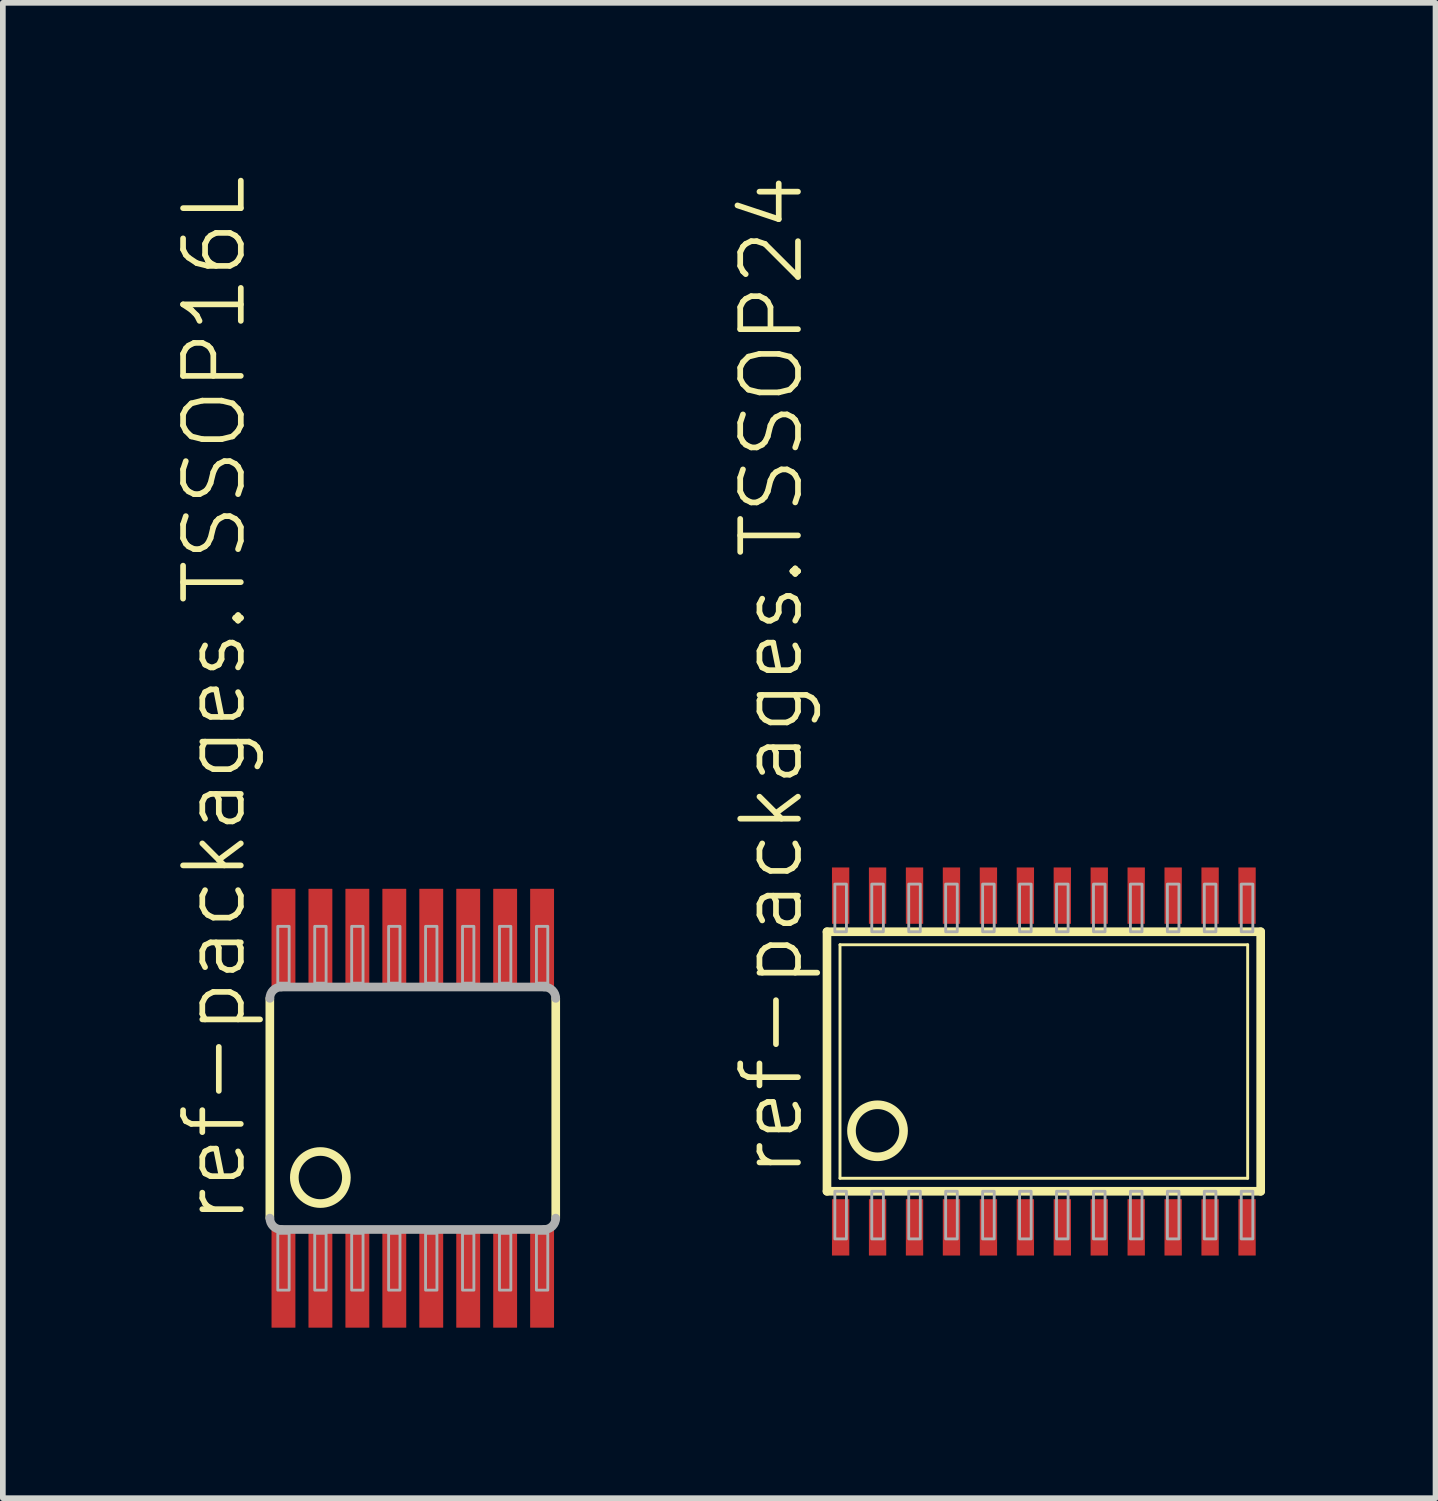
<source format=kicad_pcb>
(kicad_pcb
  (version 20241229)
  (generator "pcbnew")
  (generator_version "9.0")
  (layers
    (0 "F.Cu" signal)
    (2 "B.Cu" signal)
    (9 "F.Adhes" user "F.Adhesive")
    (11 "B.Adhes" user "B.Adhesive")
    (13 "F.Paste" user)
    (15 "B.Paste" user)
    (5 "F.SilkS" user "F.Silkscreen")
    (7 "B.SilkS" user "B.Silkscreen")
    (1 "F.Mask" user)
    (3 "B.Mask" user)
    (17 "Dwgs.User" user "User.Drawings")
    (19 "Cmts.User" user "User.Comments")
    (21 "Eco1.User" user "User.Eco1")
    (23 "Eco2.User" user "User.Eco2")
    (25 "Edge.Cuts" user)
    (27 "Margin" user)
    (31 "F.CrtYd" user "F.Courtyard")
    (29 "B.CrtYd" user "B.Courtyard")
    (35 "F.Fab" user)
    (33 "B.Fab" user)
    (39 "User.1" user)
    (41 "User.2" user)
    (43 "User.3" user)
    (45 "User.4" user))
  (footprint "ref-packages.TSSOP24"
    (layer "F.Cu")
    (at 15.314 15.625)
    (property "Reference" "ref-packages.TSSOP24" (at -4.196 2.083 90) (layer "F.SilkS") (effects (font (size 1.016 1.016) (thickness 0.1)) (justify left bottom)))
    (attr smd)
    (fp_line (start -3.815 2.283) (end -3.815 -2.283) (stroke (width 0.152) (type default)) (layer "F.SilkS"))
    (fp_line (start -3.815 2.283) (end 3.815 2.283) (stroke (width 0.152) (type default)) (layer "F.SilkS"))
    (fp_line (start -3.586 2.054) (end -3.586 -2.054) (stroke (width 0.051) (type default)) (layer "F.SilkS"))
    (fp_line (start -3.586 2.054) (end 3.586 2.054) (stroke (width 0.051) (type default)) (layer "F.SilkS"))
    (fp_line (start 3.586 -2.054) (end -3.586 -2.054) (stroke (width 0.051) (type default)) (layer "F.SilkS"))
    (fp_line (start 3.586 -2.054) (end 3.586 2.054) (stroke (width 0.051) (type default)) (layer "F.SilkS"))
    (fp_line (start 3.815 -2.283) (end -3.815 -2.283) (stroke (width 0.152) (type default)) (layer "F.SilkS"))
    (fp_line (start 3.815 -2.283) (end 3.815 2.283) (stroke (width 0.152) (type default)) (layer "F.SilkS"))
    (fp_circle (center -2.926 1.219) (end -2.468 1.219) (stroke (width 0.152) (type default)) (fill no) (layer "F.SilkS"))
    (fp_rect (start -3.677 -2.283) (end -3.473 -3.121) (stroke (width 0.05) (type default)) (fill no) (layer "F.Fab"))
    (fp_rect (start -3.677 3.121) (end -3.473 2.283) (stroke (width 0.05) (type default)) (fill no) (layer "F.Fab"))
    (fp_rect (start -3.027 -2.283) (end -2.823 -3.121) (stroke (width 0.05) (type default)) (fill no) (layer "F.Fab"))
    (fp_rect (start -3.027 3.121) (end -2.823 2.283) (stroke (width 0.05) (type default)) (fill no) (layer "F.Fab"))
    (fp_rect (start -2.377 -2.283) (end -2.173 -3.121) (stroke (width 0.05) (type default)) (fill no) (layer "F.Fab"))
    (fp_rect (start -2.377 3.121) (end -2.173 2.283) (stroke (width 0.05) (type default)) (fill no) (layer "F.Fab"))
    (fp_rect (start -1.727 -2.283) (end -1.523 -3.121) (stroke (width 0.05) (type default)) (fill no) (layer "F.Fab"))
    (fp_rect (start -1.727 3.121) (end -1.523 2.283) (stroke (width 0.05) (type default)) (fill no) (layer "F.Fab"))
    (fp_rect (start -1.077 -2.283) (end -0.873 -3.121) (stroke (width 0.05) (type default)) (fill no) (layer "F.Fab"))
    (fp_rect (start -1.077 3.121) (end -0.873 2.283) (stroke (width 0.05) (type default)) (fill no) (layer "F.Fab"))
    (fp_rect (start -0.427 -2.283) (end -0.223 -3.121) (stroke (width 0.05) (type default)) (fill no) (layer "F.Fab"))
    (fp_rect (start -0.427 3.121) (end -0.223 2.283) (stroke (width 0.05) (type default)) (fill no) (layer "F.Fab"))
    (fp_rect (start 0.223 -2.283) (end 0.427 -3.121) (stroke (width 0.05) (type default)) (fill no) (layer "F.Fab"))
    (fp_rect (start 0.223 3.121) (end 0.427 2.283) (stroke (width 0.05) (type default)) (fill no) (layer "F.Fab"))
    (fp_rect (start 0.873 -2.283) (end 1.077 -3.121) (stroke (width 0.05) (type default)) (fill no) (layer "F.Fab"))
    (fp_rect (start 0.873 3.121) (end 1.077 2.283) (stroke (width 0.05) (type default)) (fill no) (layer "F.Fab"))
    (fp_rect (start 1.523 -2.283) (end 1.727 -3.121) (stroke (width 0.05) (type default)) (fill no) (layer "F.Fab"))
    (fp_rect (start 1.523 3.121) (end 1.727 2.283) (stroke (width 0.05) (type default)) (fill no) (layer "F.Fab"))
    (fp_rect (start 2.173 -2.283) (end 2.377 -3.121) (stroke (width 0.05) (type default)) (fill no) (layer "F.Fab"))
    (fp_rect (start 2.173 3.121) (end 2.377 2.283) (stroke (width 0.05) (type default)) (fill no) (layer "F.Fab"))
    (fp_rect (start 2.823 -2.283) (end 3.027 -3.121) (stroke (width 0.05) (type default)) (fill no) (layer "F.Fab"))
    (fp_rect (start 2.823 3.121) (end 3.027 2.283) (stroke (width 0.05) (type default)) (fill no) (layer "F.Fab"))
    (fp_rect (start 3.473 -2.283) (end 3.677 -3.121) (stroke (width 0.05) (type default)) (fill no) (layer "F.Fab"))
    (fp_rect (start 3.473 3.121) (end 3.677 2.283) (stroke (width 0.05) (type default)) (fill no) (layer "F.Fab"))
    (pad "1" smd roundrect (at -3.575 2.918) (size 0.305 0.991) (layers "F.Cu" "F.Mask" "F.Paste") (roundrect_rratio 0.01))
    (pad "2" smd roundrect (at -2.925 2.918) (size 0.305 0.991) (layers "F.Cu" "F.Mask" "F.Paste") (roundrect_rratio 0.01))
    (pad "3" smd roundrect (at -2.275 2.918) (size 0.305 0.991) (layers "F.Cu" "F.Mask" "F.Paste") (roundrect_rratio 0.01))
    (pad "4" smd roundrect (at -1.625 2.918) (size 0.305 0.991) (layers "F.Cu" "F.Mask" "F.Paste") (roundrect_rratio 0.01))
    (pad "5" smd roundrect (at -0.975 2.918) (size 0.305 0.991) (layers "F.Cu" "F.Mask" "F.Paste") (roundrect_rratio 0.01))
    (pad "6" smd roundrect (at -0.325 2.918) (size 0.305 0.991) (layers "F.Cu" "F.Mask" "F.Paste") (roundrect_rratio 0.01))
    (pad "7" smd roundrect (at 0.325 2.918) (size 0.305 0.991) (layers "F.Cu" "F.Mask" "F.Paste") (roundrect_rratio 0.01))
    (pad "8" smd roundrect (at 0.975 2.918) (size 0.305 0.991) (layers "F.Cu" "F.Mask" "F.Paste") (roundrect_rratio 0.01))
    (pad "9" smd roundrect (at 1.625 2.918) (size 0.305 0.991) (layers "F.Cu" "F.Mask" "F.Paste") (roundrect_rratio 0.01))
    (pad "10" smd roundrect (at 2.275 2.918) (size 0.305 0.991) (layers "F.Cu" "F.Mask" "F.Paste") (roundrect_rratio 0.01))
    (pad "11" smd roundrect (at 2.925 2.918) (size 0.305 0.991) (layers "F.Cu" "F.Mask" "F.Paste") (roundrect_rratio 0.01))
    (pad "12" smd roundrect (at 3.575 2.918) (size 0.305 0.991) (layers "F.Cu" "F.Mask" "F.Paste") (roundrect_rratio 0.01))
    (pad "13" smd roundrect (at 3.575 -2.918) (size 0.305 0.991) (layers "F.Cu" "F.Mask" "F.Paste") (roundrect_rratio 0.01))
    (pad "14" smd roundrect (at 2.925 -2.918) (size 0.305 0.991) (layers "F.Cu" "F.Mask" "F.Paste") (roundrect_rratio 0.01))
    (pad "15" smd roundrect (at 2.275 -2.918) (size 0.305 0.991) (layers "F.Cu" "F.Mask" "F.Paste") (roundrect_rratio 0.01))
    (pad "16" smd roundrect (at 1.625 -2.918) (size 0.305 0.991) (layers "F.Cu" "F.Mask" "F.Paste") (roundrect_rratio 0.01))
    (pad "17" smd roundrect (at 0.975 -2.918) (size 0.305 0.991) (layers "F.Cu" "F.Mask" "F.Paste") (roundrect_rratio 0.01))
    (pad "18" smd roundrect (at 0.325 -2.918) (size 0.305 0.991) (layers "F.Cu" "F.Mask" "F.Paste") (roundrect_rratio 0.01))
    (pad "19" smd roundrect (at -0.325 -2.918) (size 0.305 0.991) (layers "F.Cu" "F.Mask" "F.Paste") (roundrect_rratio 0.01))
    (pad "20" smd roundrect (at -0.975 -2.918) (size 0.305 0.991) (layers "F.Cu" "F.Mask" "F.Paste") (roundrect_rratio 0.01))
    (pad "21" smd roundrect (at -1.625 -2.918) (size 0.305 0.991) (layers "F.Cu" "F.Mask" "F.Paste") (roundrect_rratio 0.01))
    (pad "22" smd roundrect (at -2.275 -2.918) (size 0.305 0.991) (layers "F.Cu" "F.Mask" "F.Paste") (roundrect_rratio 0.01))
    (pad "23" smd roundrect (at -2.925 -2.918) (size 0.305 0.991) (layers "F.Cu" "F.Mask" "F.Paste") (roundrect_rratio 0.01))
    (pad "24" smd roundrect (at -3.575 -2.918) (size 0.305 0.991) (layers "F.Cu" "F.Mask" "F.Paste") (roundrect_rratio 0.01)))
  (footprint "ref-packages.TSSOP16L"
    (layer "F.Cu")
    (at 4.212 16.447)
    (property "Reference" "ref-packages.TSSOP16L" (at -2.896 2.083 90) (layer "F.SilkS") (effects (font (size 1.016 1.016) (thickness 0.1)) (justify left bottom)))
    (attr smd)
    (fp_line (start -2.515 1.933) (end -2.515 -1.933) (stroke (width 0.152) (type default)) (layer "F.SilkS"))
    (fp_line (start 2.515 -1.933) (end 2.515 1.933) (stroke (width 0.152) (type default)) (layer "F.SilkS"))
    (fp_circle (center -1.626 1.219) (end -1.168 1.219) (stroke (width 0.152) (type default)) (fill no) (layer "F.SilkS"))
    (fp_line (start -2.315 -2.133) (end 2.315 -2.133) (stroke (width 0.152) (type default)) (layer "F.Fab"))
    (fp_line (start 2.315 2.133) (end -2.315 2.133) (stroke (width 0.152) (type default)) (layer "F.Fab"))
    (fp_rect (start -2.375 -2.2) (end -2.175 -3.2) (stroke (width 0.05) (type default)) (fill no) (layer "F.Fab"))
    (fp_rect (start -2.375 3.2) (end -2.175 2.2) (stroke (width 0.05) (type default)) (fill no) (layer "F.Fab"))
    (fp_rect (start -1.725 -2.2) (end -1.525 -3.2) (stroke (width 0.05) (type default)) (fill no) (layer "F.Fab"))
    (fp_rect (start -1.725 3.2) (end -1.525 2.2) (stroke (width 0.05) (type default)) (fill no) (layer "F.Fab"))
    (fp_rect (start -1.075 -2.2) (end -0.875 -3.2) (stroke (width 0.05) (type default)) (fill no) (layer "F.Fab"))
    (fp_rect (start -1.075 3.2) (end -0.875 2.2) (stroke (width 0.05) (type default)) (fill no) (layer "F.Fab"))
    (fp_rect (start -0.425 -2.2) (end -0.225 -3.2) (stroke (width 0.05) (type default)) (fill no) (layer "F.Fab"))
    (fp_rect (start -0.425 3.2) (end -0.225 2.2) (stroke (width 0.05) (type default)) (fill no) (layer "F.Fab"))
    (fp_rect (start 0.225 -2.2) (end 0.425 -3.2) (stroke (width 0.05) (type default)) (fill no) (layer "F.Fab"))
    (fp_rect (start 0.225 3.2) (end 0.425 2.2) (stroke (width 0.05) (type default)) (fill no) (layer "F.Fab"))
    (fp_rect (start 0.875 -2.2) (end 1.075 -3.2) (stroke (width 0.05) (type default)) (fill no) (layer "F.Fab"))
    (fp_rect (start 0.875 3.2) (end 1.075 2.2) (stroke (width 0.05) (type default)) (fill no) (layer "F.Fab"))
    (fp_rect (start 1.525 -2.2) (end 1.725 -3.2) (stroke (width 0.05) (type default)) (fill no) (layer "F.Fab"))
    (fp_rect (start 1.525 3.2) (end 1.725 2.2) (stroke (width 0.05) (type default)) (fill no) (layer "F.Fab"))
    (fp_rect (start 2.175 -2.2) (end 2.375 -3.2) (stroke (width 0.05) (type default)) (fill no) (layer "F.Fab"))
    (fp_rect (start 2.175 3.2) (end 2.375 2.2) (stroke (width 0.05) (type default)) (fill no) (layer "F.Fab"))
    (fp_arc (start -2.5146 -1.9328) (mid -2.456021 -2.074221) (end -2.3146 -2.1328) (stroke (width 0.1524) (type default)) (layer "F.Fab"))
    (fp_arc (start -2.3146 2.1328) (mid -2.456021 2.074221) (end -2.5146 1.9328) (stroke (width 0.1524) (type default)) (layer "F.Fab"))
    (fp_arc (start 2.3146 -2.1328) (mid 2.456021 -2.074221) (end 2.5146 -1.9328) (stroke (width 0.1524) (type default)) (layer "F.Fab"))
    (fp_arc (start 2.5146 1.9328) (mid 2.456021 2.074221) (end 2.3146 2.1328) (stroke (width 0.1524) (type default)) (layer "F.Fab"))
    (pad "1" smd roundrect (at -2.275 2.97) (size 0.42 1.78) (layers "F.Cu" "F.Mask" "F.Paste") (roundrect_rratio 0.01))
    (pad "2" smd roundrect (at -1.625 2.97) (size 0.42 1.78) (layers "F.Cu" "F.Mask" "F.Paste") (roundrect_rratio 0.01))
    (pad "3" smd roundrect (at -0.975 2.97) (size 0.42 1.78) (layers "F.Cu" "F.Mask" "F.Paste") (roundrect_rratio 0.01))
    (pad "4" smd roundrect (at -0.325 2.97) (size 0.42 1.78) (layers "F.Cu" "F.Mask" "F.Paste") (roundrect_rratio 0.01))
    (pad "5" smd roundrect (at 0.325 2.97) (size 0.42 1.78) (layers "F.Cu" "F.Mask" "F.Paste") (roundrect_rratio 0.01))
    (pad "6" smd roundrect (at 0.975 2.97) (size 0.42 1.78) (layers "F.Cu" "F.Mask" "F.Paste") (roundrect_rratio 0.01))
    (pad "7" smd roundrect (at 1.625 2.97) (size 0.42 1.78) (layers "F.Cu" "F.Mask" "F.Paste") (roundrect_rratio 0.01))
    (pad "8" smd roundrect (at 2.275 2.97) (size 0.42 1.78) (layers "F.Cu" "F.Mask" "F.Paste") (roundrect_rratio 0.01))
    (pad "9" smd roundrect (at 2.275 -2.97 180) (size 0.42 1.78) (layers "F.Cu" "F.Mask" "F.Paste") (roundrect_rratio 0.01))
    (pad "10" smd roundrect (at 1.625 -2.97 180) (size 0.42 1.78) (layers "F.Cu" "F.Mask" "F.Paste") (roundrect_rratio 0.01))
    (pad "11" smd roundrect (at 0.975 -2.97 180) (size 0.42 1.78) (layers "F.Cu" "F.Mask" "F.Paste") (roundrect_rratio 0.01))
    (pad "12" smd roundrect (at 0.325 -2.97 180) (size 0.42 1.78) (layers "F.Cu" "F.Mask" "F.Paste") (roundrect_rratio 0.01))
    (pad "13" smd roundrect (at -0.325 -2.97 180) (size 0.42 1.78) (layers "F.Cu" "F.Mask" "F.Paste") (roundrect_rratio 0.01))
    (pad "14" smd roundrect (at -0.975 -2.97 180) (size 0.42 1.78) (layers "F.Cu" "F.Mask" "F.Paste") (roundrect_rratio 0.01))
    (pad "15" smd roundrect (at -1.625 -2.97 180) (size 0.42 1.78) (layers "F.Cu" "F.Mask" "F.Paste") (roundrect_rratio 0.01))
    (pad "16" smd roundrect (at -2.275 -2.97 180) (size 0.42 1.78) (layers "F.Cu" "F.Mask" "F.Paste") (roundrect_rratio 0.01)))
  (gr_rect
    (start -3 -3)
    (end 22.205 23.307)
    (stroke (width 0.1) (type default))
    (fill no)
    (layer "Edge.Cuts")))
</source>
